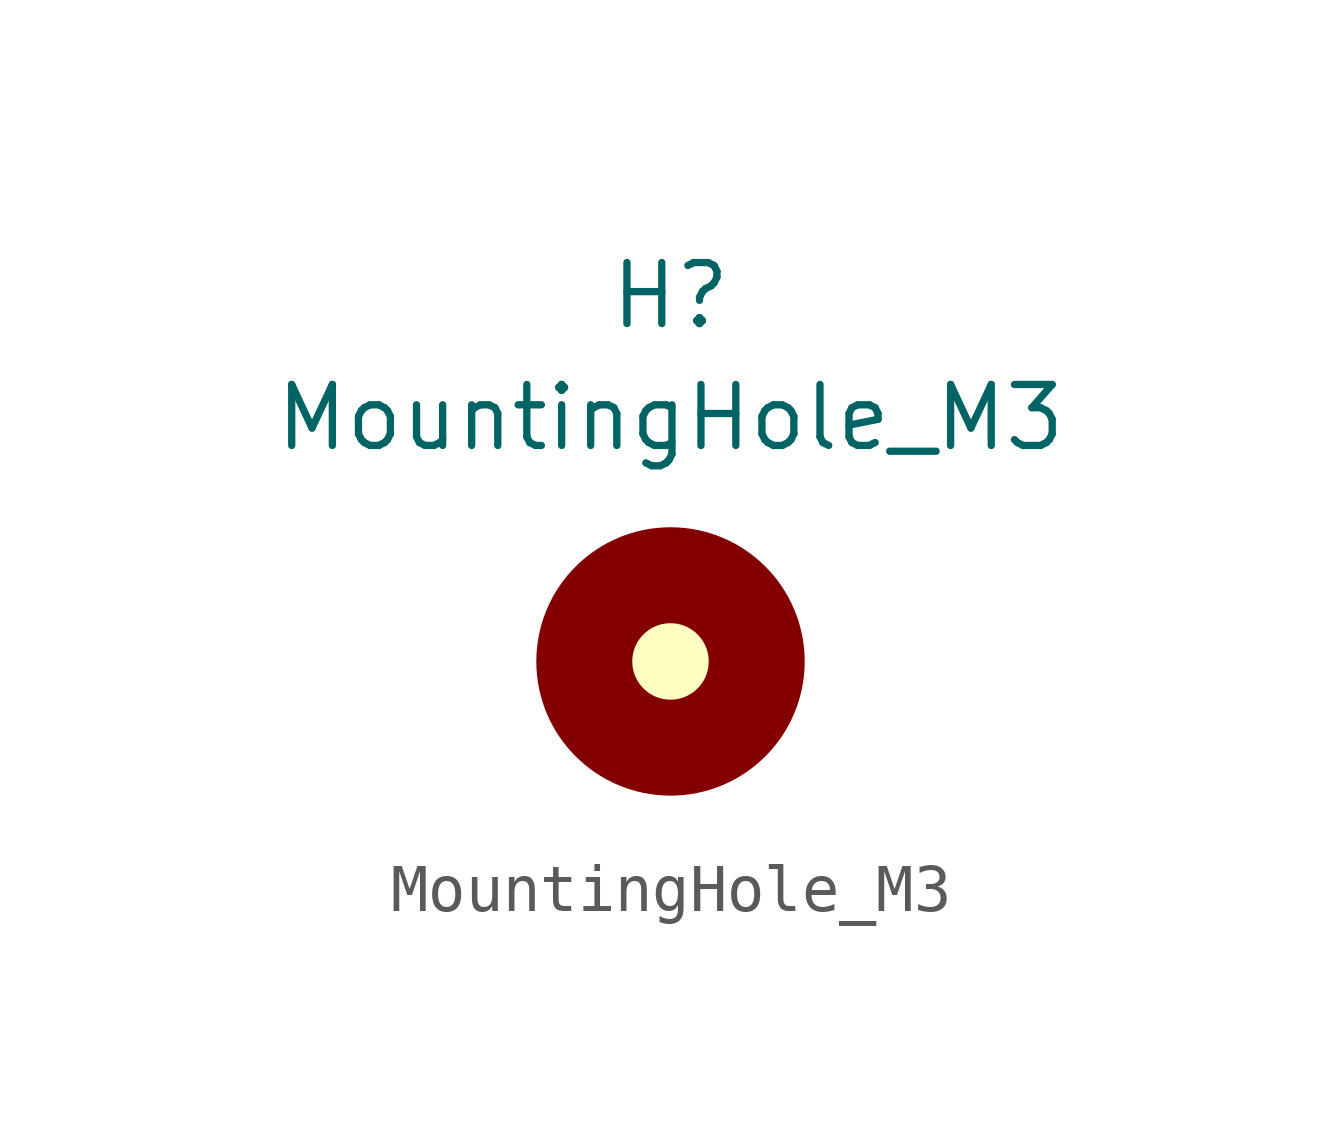
<source format=kicad_sym>
(kicad_symbol_lib
  (version 20211014)
  (generator kicad_symbol_editor)
  (symbol "MountingHole_M3"
    (property "Reference" "H"
      (at 0 7.62 0)
      (effects (font (size 1.27 1.27))))
    (property "Value" "MountingHole_M3"
      (at 0 5.08 0)
      (effects (font (size 1.27 1.27))))
    (symbol "MountingHole_M3_0_1"
      (circle (center 0 0) (radius 1.27) (stroke (width 0) (type default) (color 0 0 0 0)) (fill (type background)))
      (circle (center 0 0) (radius 1.796) (stroke (width 2) (type default) (color 0 0 0 0)) (fill (type none))))))
</source>
